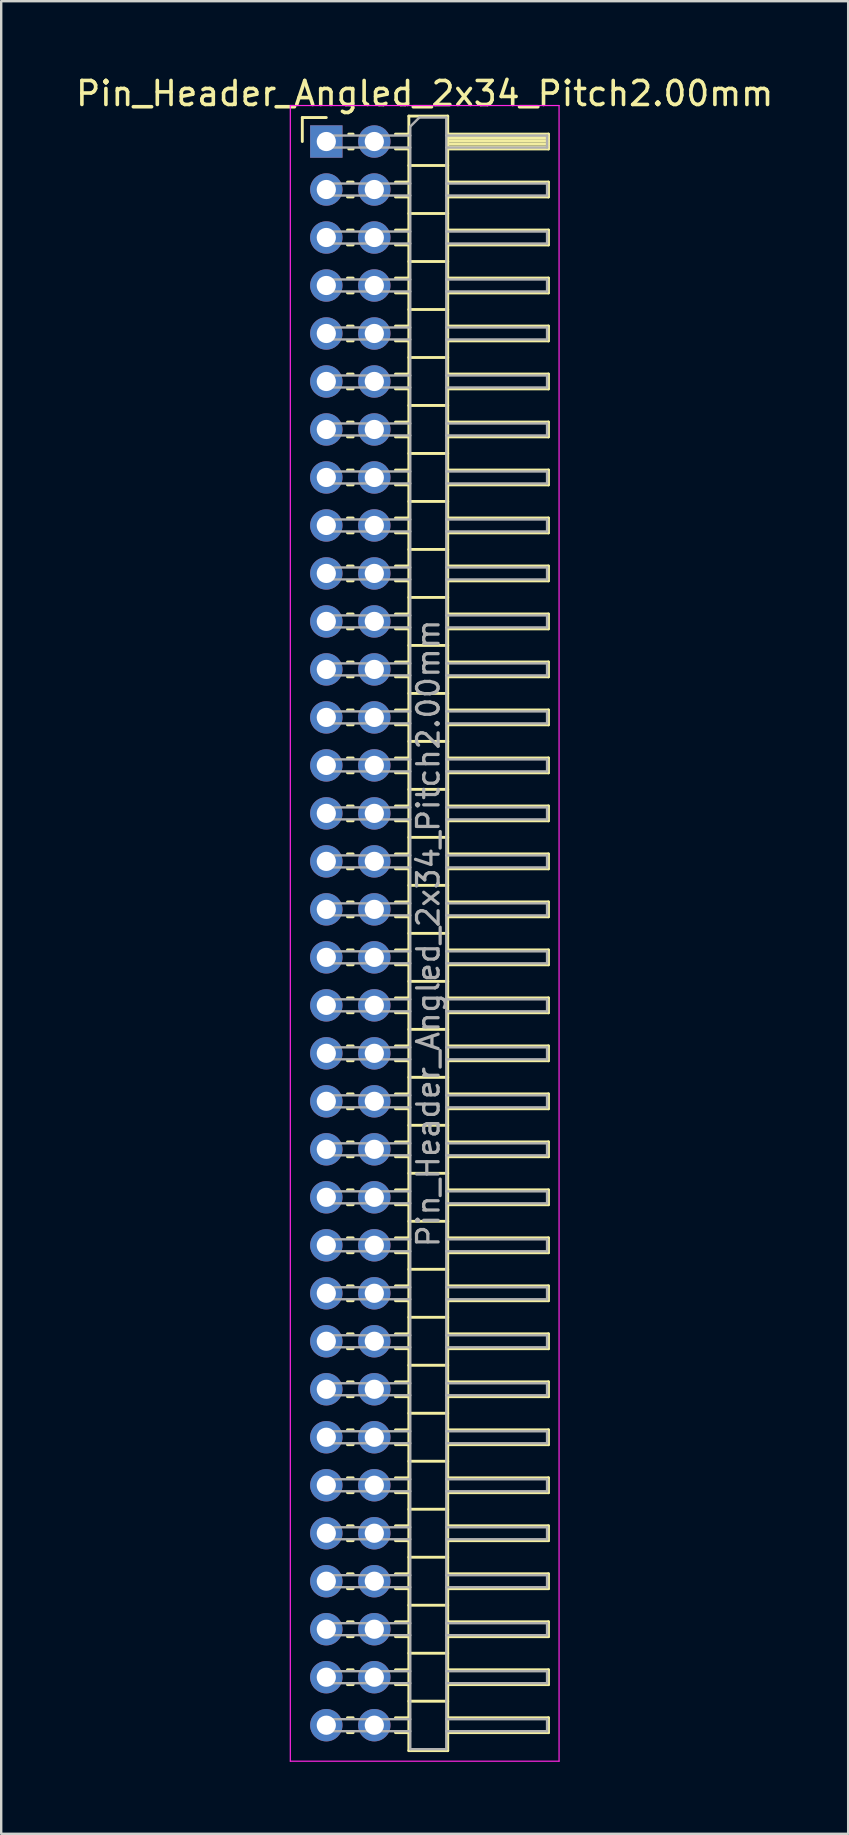
<source format=kicad_pcb>
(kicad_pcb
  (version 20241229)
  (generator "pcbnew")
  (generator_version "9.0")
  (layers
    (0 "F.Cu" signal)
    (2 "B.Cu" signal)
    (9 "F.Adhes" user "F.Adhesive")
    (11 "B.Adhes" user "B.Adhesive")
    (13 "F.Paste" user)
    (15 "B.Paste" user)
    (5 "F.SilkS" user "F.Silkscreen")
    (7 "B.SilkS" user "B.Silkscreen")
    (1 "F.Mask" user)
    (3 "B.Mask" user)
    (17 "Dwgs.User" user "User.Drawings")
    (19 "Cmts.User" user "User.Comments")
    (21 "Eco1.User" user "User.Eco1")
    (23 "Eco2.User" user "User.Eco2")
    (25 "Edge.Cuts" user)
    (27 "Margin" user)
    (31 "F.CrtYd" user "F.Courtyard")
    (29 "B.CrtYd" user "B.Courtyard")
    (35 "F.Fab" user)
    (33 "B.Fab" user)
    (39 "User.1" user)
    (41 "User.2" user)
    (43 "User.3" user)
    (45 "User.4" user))
  (footprint "Pin_Header_Angled_2x34_Pitch2.00mm"
    (layer "F.Cu")
    (at 10.549 2.848)
    (property "Reference" "Pin_Header_Angled_2x34_Pitch2.00mm" (at 4.1 -2 0) (layer "F.SilkS") (effects (font (size 1 1) (thickness 0.15))))
    (attr through_hole)
    (fp_line (start -1 -1) (end 0 -1) (stroke (width 0.12) (type solid)) (layer "F.SilkS"))
    (fp_line (start -1 0) (end -1 -1) (stroke (width 0.12) (type solid)) (layer "F.SilkS"))
    (fp_line (start 0.882 1.69) (end 1.118 1.69) (stroke (width 0.12) (type solid)) (layer "F.SilkS"))
    (fp_line (start 0.882 2.31) (end 1.118 2.31) (stroke (width 0.12) (type solid)) (layer "F.SilkS"))
    (fp_line (start 0.882 3.69) (end 1.118 3.69) (stroke (width 0.12) (type solid)) (layer "F.SilkS"))
    (fp_line (start 0.882 4.31) (end 1.118 4.31) (stroke (width 0.12) (type solid)) (layer "F.SilkS"))
    (fp_line (start 0.882 5.69) (end 1.118 5.69) (stroke (width 0.12) (type solid)) (layer "F.SilkS"))
    (fp_line (start 0.882 6.31) (end 1.118 6.31) (stroke (width 0.12) (type solid)) (layer "F.SilkS"))
    (fp_line (start 0.882 7.69) (end 1.118 7.69) (stroke (width 0.12) (type solid)) (layer "F.SilkS"))
    (fp_line (start 0.882 8.31) (end 1.118 8.31) (stroke (width 0.12) (type solid)) (layer "F.SilkS"))
    (fp_line (start 0.882 9.69) (end 1.118 9.69) (stroke (width 0.12) (type solid)) (layer "F.SilkS"))
    (fp_line (start 0.882 10.31) (end 1.118 10.31) (stroke (width 0.12) (type solid)) (layer "F.SilkS"))
    (fp_line (start 0.882 11.69) (end 1.118 11.69) (stroke (width 0.12) (type solid)) (layer "F.SilkS"))
    (fp_line (start 0.882 12.31) (end 1.118 12.31) (stroke (width 0.12) (type solid)) (layer "F.SilkS"))
    (fp_line (start 0.882 13.69) (end 1.118 13.69) (stroke (width 0.12) (type solid)) (layer "F.SilkS"))
    (fp_line (start 0.882 14.31) (end 1.118 14.31) (stroke (width 0.12) (type solid)) (layer "F.SilkS"))
    (fp_line (start 0.882 15.69) (end 1.118 15.69) (stroke (width 0.12) (type solid)) (layer "F.SilkS"))
    (fp_line (start 0.882 16.31) (end 1.118 16.31) (stroke (width 0.12) (type solid)) (layer "F.SilkS"))
    (fp_line (start 0.882 17.69) (end 1.118 17.69) (stroke (width 0.12) (type solid)) (layer "F.SilkS"))
    (fp_line (start 0.882 18.31) (end 1.118 18.31) (stroke (width 0.12) (type solid)) (layer "F.SilkS"))
    (fp_line (start 0.882 19.69) (end 1.118 19.69) (stroke (width 0.12) (type solid)) (layer "F.SilkS"))
    (fp_line (start 0.882 20.31) (end 1.118 20.31) (stroke (width 0.12) (type solid)) (layer "F.SilkS"))
    (fp_line (start 0.882 21.69) (end 1.118 21.69) (stroke (width 0.12) (type solid)) (layer "F.SilkS"))
    (fp_line (start 0.882 22.31) (end 1.118 22.31) (stroke (width 0.12) (type solid)) (layer "F.SilkS"))
    (fp_line (start 0.882 23.69) (end 1.118 23.69) (stroke (width 0.12) (type solid)) (layer "F.SilkS"))
    (fp_line (start 0.882 24.31) (end 1.118 24.31) (stroke (width 0.12) (type solid)) (layer "F.SilkS"))
    (fp_line (start 0.882 25.69) (end 1.118 25.69) (stroke (width 0.12) (type solid)) (layer "F.SilkS"))
    (fp_line (start 0.882 26.31) (end 1.118 26.31) (stroke (width 0.12) (type solid)) (layer "F.SilkS"))
    (fp_line (start 0.882 27.69) (end 1.118 27.69) (stroke (width 0.12) (type solid)) (layer "F.SilkS"))
    (fp_line (start 0.882 28.31) (end 1.118 28.31) (stroke (width 0.12) (type solid)) (layer "F.SilkS"))
    (fp_line (start 0.882 29.69) (end 1.118 29.69) (stroke (width 0.12) (type solid)) (layer "F.SilkS"))
    (fp_line (start 0.882 30.31) (end 1.118 30.31) (stroke (width 0.12) (type solid)) (layer "F.SilkS"))
    (fp_line (start 0.882 31.69) (end 1.118 31.69) (stroke (width 0.12) (type solid)) (layer "F.SilkS"))
    (fp_line (start 0.882 32.31) (end 1.118 32.31) (stroke (width 0.12) (type solid)) (layer "F.SilkS"))
    (fp_line (start 0.882 33.69) (end 1.118 33.69) (stroke (width 0.12) (type solid)) (layer "F.SilkS"))
    (fp_line (start 0.882 34.31) (end 1.118 34.31) (stroke (width 0.12) (type solid)) (layer "F.SilkS"))
    (fp_line (start 0.882 35.69) (end 1.118 35.69) (stroke (width 0.12) (type solid)) (layer "F.SilkS"))
    (fp_line (start 0.882 36.31) (end 1.118 36.31) (stroke (width 0.12) (type solid)) (layer "F.SilkS"))
    (fp_line (start 0.882 37.69) (end 1.118 37.69) (stroke (width 0.12) (type solid)) (layer "F.SilkS"))
    (fp_line (start 0.882 38.31) (end 1.118 38.31) (stroke (width 0.12) (type solid)) (layer "F.SilkS"))
    (fp_line (start 0.882 39.69) (end 1.118 39.69) (stroke (width 0.12) (type solid)) (layer "F.SilkS"))
    (fp_line (start 0.882 40.31) (end 1.118 40.31) (stroke (width 0.12) (type solid)) (layer "F.SilkS"))
    (fp_line (start 0.882 41.69) (end 1.118 41.69) (stroke (width 0.12) (type solid)) (layer "F.SilkS"))
    (fp_line (start 0.882 42.31) (end 1.118 42.31) (stroke (width 0.12) (type solid)) (layer "F.SilkS"))
    (fp_line (start 0.882 43.69) (end 1.118 43.69) (stroke (width 0.12) (type solid)) (layer "F.SilkS"))
    (fp_line (start 0.882 44.31) (end 1.118 44.31) (stroke (width 0.12) (type solid)) (layer "F.SilkS"))
    (fp_line (start 0.882 45.69) (end 1.118 45.69) (stroke (width 0.12) (type solid)) (layer "F.SilkS"))
    (fp_line (start 0.882 46.31) (end 1.118 46.31) (stroke (width 0.12) (type solid)) (layer "F.SilkS"))
    (fp_line (start 0.882 47.69) (end 1.118 47.69) (stroke (width 0.12) (type solid)) (layer "F.SilkS"))
    (fp_line (start 0.882 48.31) (end 1.118 48.31) (stroke (width 0.12) (type solid)) (layer "F.SilkS"))
    (fp_line (start 0.882 49.69) (end 1.118 49.69) (stroke (width 0.12) (type solid)) (layer "F.SilkS"))
    (fp_line (start 0.882 50.31) (end 1.118 50.31) (stroke (width 0.12) (type solid)) (layer "F.SilkS"))
    (fp_line (start 0.882 51.69) (end 1.118 51.69) (stroke (width 0.12) (type solid)) (layer "F.SilkS"))
    (fp_line (start 0.882 52.31) (end 1.118 52.31) (stroke (width 0.12) (type solid)) (layer "F.SilkS"))
    (fp_line (start 0.882 53.69) (end 1.118 53.69) (stroke (width 0.12) (type solid)) (layer "F.SilkS"))
    (fp_line (start 0.882 54.31) (end 1.118 54.31) (stroke (width 0.12) (type solid)) (layer "F.SilkS"))
    (fp_line (start 0.882 55.69) (end 1.118 55.69) (stroke (width 0.12) (type solid)) (layer "F.SilkS"))
    (fp_line (start 0.882 56.31) (end 1.118 56.31) (stroke (width 0.12) (type solid)) (layer "F.SilkS"))
    (fp_line (start 0.882 57.69) (end 1.118 57.69) (stroke (width 0.12) (type solid)) (layer "F.SilkS"))
    (fp_line (start 0.882 58.31) (end 1.118 58.31) (stroke (width 0.12) (type solid)) (layer "F.SilkS"))
    (fp_line (start 0.882 59.69) (end 1.118 59.69) (stroke (width 0.12) (type solid)) (layer "F.SilkS"))
    (fp_line (start 0.882 60.31) (end 1.118 60.31) (stroke (width 0.12) (type solid)) (layer "F.SilkS"))
    (fp_line (start 0.882 61.69) (end 1.118 61.69) (stroke (width 0.12) (type solid)) (layer "F.SilkS"))
    (fp_line (start 0.882 62.31) (end 1.118 62.31) (stroke (width 0.12) (type solid)) (layer "F.SilkS"))
    (fp_line (start 0.882 63.69) (end 1.118 63.69) (stroke (width 0.12) (type solid)) (layer "F.SilkS"))
    (fp_line (start 0.882 64.31) (end 1.118 64.31) (stroke (width 0.12) (type solid)) (layer "F.SilkS"))
    (fp_line (start 0.882 65.69) (end 1.118 65.69) (stroke (width 0.12) (type solid)) (layer "F.SilkS"))
    (fp_line (start 0.882 66.31) (end 1.118 66.31) (stroke (width 0.12) (type solid)) (layer "F.SilkS"))
    (fp_line (start 0.935 -0.31) (end 1.118 -0.31) (stroke (width 0.12) (type solid)) (layer "F.SilkS"))
    (fp_line (start 0.935 0.31) (end 1.118 0.31) (stroke (width 0.12) (type solid)) (layer "F.SilkS"))
    (fp_line (start 2.882 -0.31) (end 3.44 -0.31) (stroke (width 0.12) (type solid)) (layer "F.SilkS"))
    (fp_line (start 2.882 0.31) (end 3.44 0.31) (stroke (width 0.12) (type solid)) (layer "F.SilkS"))
    (fp_line (start 2.882 1.69) (end 3.44 1.69) (stroke (width 0.12) (type solid)) (layer "F.SilkS"))
    (fp_line (start 2.882 2.31) (end 3.44 2.31) (stroke (width 0.12) (type solid)) (layer "F.SilkS"))
    (fp_line (start 2.882 3.69) (end 3.44 3.69) (stroke (width 0.12) (type solid)) (layer "F.SilkS"))
    (fp_line (start 2.882 4.31) (end 3.44 4.31) (stroke (width 0.12) (type solid)) (layer "F.SilkS"))
    (fp_line (start 2.882 5.69) (end 3.44 5.69) (stroke (width 0.12) (type solid)) (layer "F.SilkS"))
    (fp_line (start 2.882 6.31) (end 3.44 6.31) (stroke (width 0.12) (type solid)) (layer "F.SilkS"))
    (fp_line (start 2.882 7.69) (end 3.44 7.69) (stroke (width 0.12) (type solid)) (layer "F.SilkS"))
    (fp_line (start 2.882 8.31) (end 3.44 8.31) (stroke (width 0.12) (type solid)) (layer "F.SilkS"))
    (fp_line (start 2.882 9.69) (end 3.44 9.69) (stroke (width 0.12) (type solid)) (layer "F.SilkS"))
    (fp_line (start 2.882 10.31) (end 3.44 10.31) (stroke (width 0.12) (type solid)) (layer "F.SilkS"))
    (fp_line (start 2.882 11.69) (end 3.44 11.69) (stroke (width 0.12) (type solid)) (layer "F.SilkS"))
    (fp_line (start 2.882 12.31) (end 3.44 12.31) (stroke (width 0.12) (type solid)) (layer "F.SilkS"))
    (fp_line (start 2.882 13.69) (end 3.44 13.69) (stroke (width 0.12) (type solid)) (layer "F.SilkS"))
    (fp_line (start 2.882 14.31) (end 3.44 14.31) (stroke (width 0.12) (type solid)) (layer "F.SilkS"))
    (fp_line (start 2.882 15.69) (end 3.44 15.69) (stroke (width 0.12) (type solid)) (layer "F.SilkS"))
    (fp_line (start 2.882 16.31) (end 3.44 16.31) (stroke (width 0.12) (type solid)) (layer "F.SilkS"))
    (fp_line (start 2.882 17.69) (end 3.44 17.69) (stroke (width 0.12) (type solid)) (layer "F.SilkS"))
    (fp_line (start 2.882 18.31) (end 3.44 18.31) (stroke (width 0.12) (type solid)) (layer "F.SilkS"))
    (fp_line (start 2.882 19.69) (end 3.44 19.69) (stroke (width 0.12) (type solid)) (layer "F.SilkS"))
    (fp_line (start 2.882 20.31) (end 3.44 20.31) (stroke (width 0.12) (type solid)) (layer "F.SilkS"))
    (fp_line (start 2.882 21.69) (end 3.44 21.69) (stroke (width 0.12) (type solid)) (layer "F.SilkS"))
    (fp_line (start 2.882 22.31) (end 3.44 22.31) (stroke (width 0.12) (type solid)) (layer "F.SilkS"))
    (fp_line (start 2.882 23.69) (end 3.44 23.69) (stroke (width 0.12) (type solid)) (layer "F.SilkS"))
    (fp_line (start 2.882 24.31) (end 3.44 24.31) (stroke (width 0.12) (type solid)) (layer "F.SilkS"))
    (fp_line (start 2.882 25.69) (end 3.44 25.69) (stroke (width 0.12) (type solid)) (layer "F.SilkS"))
    (fp_line (start 2.882 26.31) (end 3.44 26.31) (stroke (width 0.12) (type solid)) (layer "F.SilkS"))
    (fp_line (start 2.882 27.69) (end 3.44 27.69) (stroke (width 0.12) (type solid)) (layer "F.SilkS"))
    (fp_line (start 2.882 28.31) (end 3.44 28.31) (stroke (width 0.12) (type solid)) (layer "F.SilkS"))
    (fp_line (start 2.882 29.69) (end 3.44 29.69) (stroke (width 0.12) (type solid)) (layer "F.SilkS"))
    (fp_line (start 2.882 30.31) (end 3.44 30.31) (stroke (width 0.12) (type solid)) (layer "F.SilkS"))
    (fp_line (start 2.882 31.69) (end 3.44 31.69) (stroke (width 0.12) (type solid)) (layer "F.SilkS"))
    (fp_line (start 2.882 32.31) (end 3.44 32.31) (stroke (width 0.12) (type solid)) (layer "F.SilkS"))
    (fp_line (start 2.882 33.69) (end 3.44 33.69) (stroke (width 0.12) (type solid)) (layer "F.SilkS"))
    (fp_line (start 2.882 34.31) (end 3.44 34.31) (stroke (width 0.12) (type solid)) (layer "F.SilkS"))
    (fp_line (start 2.882 35.69) (end 3.44 35.69) (stroke (width 0.12) (type solid)) (layer "F.SilkS"))
    (fp_line (start 2.882 36.31) (end 3.44 36.31) (stroke (width 0.12) (type solid)) (layer "F.SilkS"))
    (fp_line (start 2.882 37.69) (end 3.44 37.69) (stroke (width 0.12) (type solid)) (layer "F.SilkS"))
    (fp_line (start 2.882 38.31) (end 3.44 38.31) (stroke (width 0.12) (type solid)) (layer "F.SilkS"))
    (fp_line (start 2.882 39.69) (end 3.44 39.69) (stroke (width 0.12) (type solid)) (layer "F.SilkS"))
    (fp_line (start 2.882 40.31) (end 3.44 40.31) (stroke (width 0.12) (type solid)) (layer "F.SilkS"))
    (fp_line (start 2.882 41.69) (end 3.44 41.69) (stroke (width 0.12) (type solid)) (layer "F.SilkS"))
    (fp_line (start 2.882 42.31) (end 3.44 42.31) (stroke (width 0.12) (type solid)) (layer "F.SilkS"))
    (fp_line (start 2.882 43.69) (end 3.44 43.69) (stroke (width 0.12) (type solid)) (layer "F.SilkS"))
    (fp_line (start 2.882 44.31) (end 3.44 44.31) (stroke (width 0.12) (type solid)) (layer "F.SilkS"))
    (fp_line (start 2.882 45.69) (end 3.44 45.69) (stroke (width 0.12) (type solid)) (layer "F.SilkS"))
    (fp_line (start 2.882 46.31) (end 3.44 46.31) (stroke (width 0.12) (type solid)) (layer "F.SilkS"))
    (fp_line (start 2.882 47.69) (end 3.44 47.69) (stroke (width 0.12) (type solid)) (layer "F.SilkS"))
    (fp_line (start 2.882 48.31) (end 3.44 48.31) (stroke (width 0.12) (type solid)) (layer "F.SilkS"))
    (fp_line (start 2.882 49.69) (end 3.44 49.69) (stroke (width 0.12) (type solid)) (layer "F.SilkS"))
    (fp_line (start 2.882 50.31) (end 3.44 50.31) (stroke (width 0.12) (type solid)) (layer "F.SilkS"))
    (fp_line (start 2.882 51.69) (end 3.44 51.69) (stroke (width 0.12) (type solid)) (layer "F.SilkS"))
    (fp_line (start 2.882 52.31) (end 3.44 52.31) (stroke (width 0.12) (type solid)) (layer "F.SilkS"))
    (fp_line (start 2.882 53.69) (end 3.44 53.69) (stroke (width 0.12) (type solid)) (layer "F.SilkS"))
    (fp_line (start 2.882 54.31) (end 3.44 54.31) (stroke (width 0.12) (type solid)) (layer "F.SilkS"))
    (fp_line (start 2.882 55.69) (end 3.44 55.69) (stroke (width 0.12) (type solid)) (layer "F.SilkS"))
    (fp_line (start 2.882 56.31) (end 3.44 56.31) (stroke (width 0.12) (type solid)) (layer "F.SilkS"))
    (fp_line (start 2.882 57.69) (end 3.44 57.69) (stroke (width 0.12) (type solid)) (layer "F.SilkS"))
    (fp_line (start 2.882 58.31) (end 3.44 58.31) (stroke (width 0.12) (type solid)) (layer "F.SilkS"))
    (fp_line (start 2.882 59.69) (end 3.44 59.69) (stroke (width 0.12) (type solid)) (layer "F.SilkS"))
    (fp_line (start 2.882 60.31) (end 3.44 60.31) (stroke (width 0.12) (type solid)) (layer "F.SilkS"))
    (fp_line (start 2.882 61.69) (end 3.44 61.69) (stroke (width 0.12) (type solid)) (layer "F.SilkS"))
    (fp_line (start 2.882 62.31) (end 3.44 62.31) (stroke (width 0.12) (type solid)) (layer "F.SilkS"))
    (fp_line (start 2.882 63.69) (end 3.44 63.69) (stroke (width 0.12) (type solid)) (layer "F.SilkS"))
    (fp_line (start 2.882 64.31) (end 3.44 64.31) (stroke (width 0.12) (type solid)) (layer "F.SilkS"))
    (fp_line (start 2.882 65.69) (end 3.44 65.69) (stroke (width 0.12) (type solid)) (layer "F.SilkS"))
    (fp_line (start 2.882 66.31) (end 3.44 66.31) (stroke (width 0.12) (type solid)) (layer "F.SilkS"))
    (fp_line (start 3.44 -1.06) (end 3.44 67.06) (stroke (width 0.12) (type solid)) (layer "F.SilkS"))
    (fp_line (start 3.44 1) (end 5.06 1) (stroke (width 0.12) (type solid)) (layer "F.SilkS"))
    (fp_line (start 3.44 3) (end 5.06 3) (stroke (width 0.12) (type solid)) (layer "F.SilkS"))
    (fp_line (start 3.44 5) (end 5.06 5) (stroke (width 0.12) (type solid)) (layer "F.SilkS"))
    (fp_line (start 3.44 7) (end 5.06 7) (stroke (width 0.12) (type solid)) (layer "F.SilkS"))
    (fp_line (start 3.44 9) (end 5.06 9) (stroke (width 0.12) (type solid)) (layer "F.SilkS"))
    (fp_line (start 3.44 11) (end 5.06 11) (stroke (width 0.12) (type solid)) (layer "F.SilkS"))
    (fp_line (start 3.44 13) (end 5.06 13) (stroke (width 0.12) (type solid)) (layer "F.SilkS"))
    (fp_line (start 3.44 15) (end 5.06 15) (stroke (width 0.12) (type solid)) (layer "F.SilkS"))
    (fp_line (start 3.44 17) (end 5.06 17) (stroke (width 0.12) (type solid)) (layer "F.SilkS"))
    (fp_line (start 3.44 19) (end 5.06 19) (stroke (width 0.12) (type solid)) (layer "F.SilkS"))
    (fp_line (start 3.44 21) (end 5.06 21) (stroke (width 0.12) (type solid)) (layer "F.SilkS"))
    (fp_line (start 3.44 23) (end 5.06 23) (stroke (width 0.12) (type solid)) (layer "F.SilkS"))
    (fp_line (start 3.44 25) (end 5.06 25) (stroke (width 0.12) (type solid)) (layer "F.SilkS"))
    (fp_line (start 3.44 27) (end 5.06 27) (stroke (width 0.12) (type solid)) (layer "F.SilkS"))
    (fp_line (start 3.44 29) (end 5.06 29) (stroke (width 0.12) (type solid)) (layer "F.SilkS"))
    (fp_line (start 3.44 31) (end 5.06 31) (stroke (width 0.12) (type solid)) (layer "F.SilkS"))
    (fp_line (start 3.44 33) (end 5.06 33) (stroke (width 0.12) (type solid)) (layer "F.SilkS"))
    (fp_line (start 3.44 35) (end 5.06 35) (stroke (width 0.12) (type solid)) (layer "F.SilkS"))
    (fp_line (start 3.44 37) (end 5.06 37) (stroke (width 0.12) (type solid)) (layer "F.SilkS"))
    (fp_line (start 3.44 39) (end 5.06 39) (stroke (width 0.12) (type solid)) (layer "F.SilkS"))
    (fp_line (start 3.44 41) (end 5.06 41) (stroke (width 0.12) (type solid)) (layer "F.SilkS"))
    (fp_line (start 3.44 43) (end 5.06 43) (stroke (width 0.12) (type solid)) (layer "F.SilkS"))
    (fp_line (start 3.44 45) (end 5.06 45) (stroke (width 0.12) (type solid)) (layer "F.SilkS"))
    (fp_line (start 3.44 47) (end 5.06 47) (stroke (width 0.12) (type solid)) (layer "F.SilkS"))
    (fp_line (start 3.44 49) (end 5.06 49) (stroke (width 0.12) (type solid)) (layer "F.SilkS"))
    (fp_line (start 3.44 51) (end 5.06 51) (stroke (width 0.12) (type solid)) (layer "F.SilkS"))
    (fp_line (start 3.44 53) (end 5.06 53) (stroke (width 0.12) (type solid)) (layer "F.SilkS"))
    (fp_line (start 3.44 55) (end 5.06 55) (stroke (width 0.12) (type solid)) (layer "F.SilkS"))
    (fp_line (start 3.44 57) (end 5.06 57) (stroke (width 0.12) (type solid)) (layer "F.SilkS"))
    (fp_line (start 3.44 59) (end 5.06 59) (stroke (width 0.12) (type solid)) (layer "F.SilkS"))
    (fp_line (start 3.44 61) (end 5.06 61) (stroke (width 0.12) (type solid)) (layer "F.SilkS"))
    (fp_line (start 3.44 63) (end 5.06 63) (stroke (width 0.12) (type solid)) (layer "F.SilkS"))
    (fp_line (start 3.44 65) (end 5.06 65) (stroke (width 0.12) (type solid)) (layer "F.SilkS"))
    (fp_line (start 3.44 67.06) (end 5.06 67.06) (stroke (width 0.12) (type solid)) (layer "F.SilkS"))
    (fp_line (start 5.06 -1.06) (end 3.44 -1.06) (stroke (width 0.12) (type solid)) (layer "F.SilkS"))
    (fp_line (start 5.06 -0.31) (end 9.26 -0.31) (stroke (width 0.12) (type solid)) (layer "F.SilkS"))
    (fp_line (start 5.06 -0.25) (end 9.26 -0.25) (stroke (width 0.12) (type solid)) (layer "F.SilkS"))
    (fp_line (start 5.06 -0.13) (end 9.26 -0.13) (stroke (width 0.12) (type solid)) (layer "F.SilkS"))
    (fp_line (start 5.06 -0.01) (end 9.26 -0.01) (stroke (width 0.12) (type solid)) (layer "F.SilkS"))
    (fp_line (start 5.06 0.11) (end 9.26 0.11) (stroke (width 0.12) (type solid)) (layer "F.SilkS"))
    (fp_line (start 5.06 0.23) (end 9.26 0.23) (stroke (width 0.12) (type solid)) (layer "F.SilkS"))
    (fp_line (start 5.06 1.69) (end 9.26 1.69) (stroke (width 0.12) (type solid)) (layer "F.SilkS"))
    (fp_line (start 5.06 3.69) (end 9.26 3.69) (stroke (width 0.12) (type solid)) (layer "F.SilkS"))
    (fp_line (start 5.06 5.69) (end 9.26 5.69) (stroke (width 0.12) (type solid)) (layer "F.SilkS"))
    (fp_line (start 5.06 7.69) (end 9.26 7.69) (stroke (width 0.12) (type solid)) (layer "F.SilkS"))
    (fp_line (start 5.06 9.69) (end 9.26 9.69) (stroke (width 0.12) (type solid)) (layer "F.SilkS"))
    (fp_line (start 5.06 11.69) (end 9.26 11.69) (stroke (width 0.12) (type solid)) (layer "F.SilkS"))
    (fp_line (start 5.06 13.69) (end 9.26 13.69) (stroke (width 0.12) (type solid)) (layer "F.SilkS"))
    (fp_line (start 5.06 15.69) (end 9.26 15.69) (stroke (width 0.12) (type solid)) (layer "F.SilkS"))
    (fp_line (start 5.06 17.69) (end 9.26 17.69) (stroke (width 0.12) (type solid)) (layer "F.SilkS"))
    (fp_line (start 5.06 19.69) (end 9.26 19.69) (stroke (width 0.12) (type solid)) (layer "F.SilkS"))
    (fp_line (start 5.06 21.69) (end 9.26 21.69) (stroke (width 0.12) (type solid)) (layer "F.SilkS"))
    (fp_line (start 5.06 23.69) (end 9.26 23.69) (stroke (width 0.12) (type solid)) (layer "F.SilkS"))
    (fp_line (start 5.06 25.69) (end 9.26 25.69) (stroke (width 0.12) (type solid)) (layer "F.SilkS"))
    (fp_line (start 5.06 27.69) (end 9.26 27.69) (stroke (width 0.12) (type solid)) (layer "F.SilkS"))
    (fp_line (start 5.06 29.69) (end 9.26 29.69) (stroke (width 0.12) (type solid)) (layer "F.SilkS"))
    (fp_line (start 5.06 31.69) (end 9.26 31.69) (stroke (width 0.12) (type solid)) (layer "F.SilkS"))
    (fp_line (start 5.06 33.69) (end 9.26 33.69) (stroke (width 0.12) (type solid)) (layer "F.SilkS"))
    (fp_line (start 5.06 35.69) (end 9.26 35.69) (stroke (width 0.12) (type solid)) (layer "F.SilkS"))
    (fp_line (start 5.06 37.69) (end 9.26 37.69) (stroke (width 0.12) (type solid)) (layer "F.SilkS"))
    (fp_line (start 5.06 39.69) (end 9.26 39.69) (stroke (width 0.12) (type solid)) (layer "F.SilkS"))
    (fp_line (start 5.06 41.69) (end 9.26 41.69) (stroke (width 0.12) (type solid)) (layer "F.SilkS"))
    (fp_line (start 5.06 43.69) (end 9.26 43.69) (stroke (width 0.12) (type solid)) (layer "F.SilkS"))
    (fp_line (start 5.06 45.69) (end 9.26 45.69) (stroke (width 0.12) (type solid)) (layer "F.SilkS"))
    (fp_line (start 5.06 47.69) (end 9.26 47.69) (stroke (width 0.12) (type solid)) (layer "F.SilkS"))
    (fp_line (start 5.06 49.69) (end 9.26 49.69) (stroke (width 0.12) (type solid)) (layer "F.SilkS"))
    (fp_line (start 5.06 51.69) (end 9.26 51.69) (stroke (width 0.12) (type solid)) (layer "F.SilkS"))
    (fp_line (start 5.06 53.69) (end 9.26 53.69) (stroke (width 0.12) (type solid)) (layer "F.SilkS"))
    (fp_line (start 5.06 55.69) (end 9.26 55.69) (stroke (width 0.12) (type solid)) (layer "F.SilkS"))
    (fp_line (start 5.06 57.69) (end 9.26 57.69) (stroke (width 0.12) (type solid)) (layer "F.SilkS"))
    (fp_line (start 5.06 59.69) (end 9.26 59.69) (stroke (width 0.12) (type solid)) (layer "F.SilkS"))
    (fp_line (start 5.06 61.69) (end 9.26 61.69) (stroke (width 0.12) (type solid)) (layer "F.SilkS"))
    (fp_line (start 5.06 63.69) (end 9.26 63.69) (stroke (width 0.12) (type solid)) (layer "F.SilkS"))
    (fp_line (start 5.06 65.69) (end 9.26 65.69) (stroke (width 0.12) (type solid)) (layer "F.SilkS"))
    (fp_line (start 5.06 67.06) (end 5.06 -1.06) (stroke (width 0.12) (type solid)) (layer "F.SilkS"))
    (fp_line (start 9.26 -0.31) (end 9.26 0.31) (stroke (width 0.12) (type solid)) (layer "F.SilkS"))
    (fp_line (start 9.26 0.31) (end 5.06 0.31) (stroke (width 0.12) (type solid)) (layer "F.SilkS"))
    (fp_line (start 9.26 1.69) (end 9.26 2.31) (stroke (width 0.12) (type solid)) (layer "F.SilkS"))
    (fp_line (start 9.26 2.31) (end 5.06 2.31) (stroke (width 0.12) (type solid)) (layer "F.SilkS"))
    (fp_line (start 9.26 3.69) (end 9.26 4.31) (stroke (width 0.12) (type solid)) (layer "F.SilkS"))
    (fp_line (start 9.26 4.31) (end 5.06 4.31) (stroke (width 0.12) (type solid)) (layer "F.SilkS"))
    (fp_line (start 9.26 5.69) (end 9.26 6.31) (stroke (width 0.12) (type solid)) (layer "F.SilkS"))
    (fp_line (start 9.26 6.31) (end 5.06 6.31) (stroke (width 0.12) (type solid)) (layer "F.SilkS"))
    (fp_line (start 9.26 7.69) (end 9.26 8.31) (stroke (width 0.12) (type solid)) (layer "F.SilkS"))
    (fp_line (start 9.26 8.31) (end 5.06 8.31) (stroke (width 0.12) (type solid)) (layer "F.SilkS"))
    (fp_line (start 9.26 9.69) (end 9.26 10.31) (stroke (width 0.12) (type solid)) (layer "F.SilkS"))
    (fp_line (start 9.26 10.31) (end 5.06 10.31) (stroke (width 0.12) (type solid)) (layer "F.SilkS"))
    (fp_line (start 9.26 11.69) (end 9.26 12.31) (stroke (width 0.12) (type solid)) (layer "F.SilkS"))
    (fp_line (start 9.26 12.31) (end 5.06 12.31) (stroke (width 0.12) (type solid)) (layer "F.SilkS"))
    (fp_line (start 9.26 13.69) (end 9.26 14.31) (stroke (width 0.12) (type solid)) (layer "F.SilkS"))
    (fp_line (start 9.26 14.31) (end 5.06 14.31) (stroke (width 0.12) (type solid)) (layer "F.SilkS"))
    (fp_line (start 9.26 15.69) (end 9.26 16.31) (stroke (width 0.12) (type solid)) (layer "F.SilkS"))
    (fp_line (start 9.26 16.31) (end 5.06 16.31) (stroke (width 0.12) (type solid)) (layer "F.SilkS"))
    (fp_line (start 9.26 17.69) (end 9.26 18.31) (stroke (width 0.12) (type solid)) (layer "F.SilkS"))
    (fp_line (start 9.26 18.31) (end 5.06 18.31) (stroke (width 0.12) (type solid)) (layer "F.SilkS"))
    (fp_line (start 9.26 19.69) (end 9.26 20.31) (stroke (width 0.12) (type solid)) (layer "F.SilkS"))
    (fp_line (start 9.26 20.31) (end 5.06 20.31) (stroke (width 0.12) (type solid)) (layer "F.SilkS"))
    (fp_line (start 9.26 21.69) (end 9.26 22.31) (stroke (width 0.12) (type solid)) (layer "F.SilkS"))
    (fp_line (start 9.26 22.31) (end 5.06 22.31) (stroke (width 0.12) (type solid)) (layer "F.SilkS"))
    (fp_line (start 9.26 23.69) (end 9.26 24.31) (stroke (width 0.12) (type solid)) (layer "F.SilkS"))
    (fp_line (start 9.26 24.31) (end 5.06 24.31) (stroke (width 0.12) (type solid)) (layer "F.SilkS"))
    (fp_line (start 9.26 25.69) (end 9.26 26.31) (stroke (width 0.12) (type solid)) (layer "F.SilkS"))
    (fp_line (start 9.26 26.31) (end 5.06 26.31) (stroke (width 0.12) (type solid)) (layer "F.SilkS"))
    (fp_line (start 9.26 27.69) (end 9.26 28.31) (stroke (width 0.12) (type solid)) (layer "F.SilkS"))
    (fp_line (start 9.26 28.31) (end 5.06 28.31) (stroke (width 0.12) (type solid)) (layer "F.SilkS"))
    (fp_line (start 9.26 29.69) (end 9.26 30.31) (stroke (width 0.12) (type solid)) (layer "F.SilkS"))
    (fp_line (start 9.26 30.31) (end 5.06 30.31) (stroke (width 0.12) (type solid)) (layer "F.SilkS"))
    (fp_line (start 9.26 31.69) (end 9.26 32.31) (stroke (width 0.12) (type solid)) (layer "F.SilkS"))
    (fp_line (start 9.26 32.31) (end 5.06 32.31) (stroke (width 0.12) (type solid)) (layer "F.SilkS"))
    (fp_line (start 9.26 33.69) (end 9.26 34.31) (stroke (width 0.12) (type solid)) (layer "F.SilkS"))
    (fp_line (start 9.26 34.31) (end 5.06 34.31) (stroke (width 0.12) (type solid)) (layer "F.SilkS"))
    (fp_line (start 9.26 35.69) (end 9.26 36.31) (stroke (width 0.12) (type solid)) (layer "F.SilkS"))
    (fp_line (start 9.26 36.31) (end 5.06 36.31) (stroke (width 0.12) (type solid)) (layer "F.SilkS"))
    (fp_line (start 9.26 37.69) (end 9.26 38.31) (stroke (width 0.12) (type solid)) (layer "F.SilkS"))
    (fp_line (start 9.26 38.31) (end 5.06 38.31) (stroke (width 0.12) (type solid)) (layer "F.SilkS"))
    (fp_line (start 9.26 39.69) (end 9.26 40.31) (stroke (width 0.12) (type solid)) (layer "F.SilkS"))
    (fp_line (start 9.26 40.31) (end 5.06 40.31) (stroke (width 0.12) (type solid)) (layer "F.SilkS"))
    (fp_line (start 9.26 41.69) (end 9.26 42.31) (stroke (width 0.12) (type solid)) (layer "F.SilkS"))
    (fp_line (start 9.26 42.31) (end 5.06 42.31) (stroke (width 0.12) (type solid)) (layer "F.SilkS"))
    (fp_line (start 9.26 43.69) (end 9.26 44.31) (stroke (width 0.12) (type solid)) (layer "F.SilkS"))
    (fp_line (start 9.26 44.31) (end 5.06 44.31) (stroke (width 0.12) (type solid)) (layer "F.SilkS"))
    (fp_line (start 9.26 45.69) (end 9.26 46.31) (stroke (width 0.12) (type solid)) (layer "F.SilkS"))
    (fp_line (start 9.26 46.31) (end 5.06 46.31) (stroke (width 0.12) (type solid)) (layer "F.SilkS"))
    (fp_line (start 9.26 47.69) (end 9.26 48.31) (stroke (width 0.12) (type solid)) (layer "F.SilkS"))
    (fp_line (start 9.26 48.31) (end 5.06 48.31) (stroke (width 0.12) (type solid)) (layer "F.SilkS"))
    (fp_line (start 9.26 49.69) (end 9.26 50.31) (stroke (width 0.12) (type solid)) (layer "F.SilkS"))
    (fp_line (start 9.26 50.31) (end 5.06 50.31) (stroke (width 0.12) (type solid)) (layer "F.SilkS"))
    (fp_line (start 9.26 51.69) (end 9.26 52.31) (stroke (width 0.12) (type solid)) (layer "F.SilkS"))
    (fp_line (start 9.26 52.31) (end 5.06 52.31) (stroke (width 0.12) (type solid)) (layer "F.SilkS"))
    (fp_line (start 9.26 53.69) (end 9.26 54.31) (stroke (width 0.12) (type solid)) (layer "F.SilkS"))
    (fp_line (start 9.26 54.31) (end 5.06 54.31) (stroke (width 0.12) (type solid)) (layer "F.SilkS"))
    (fp_line (start 9.26 55.69) (end 9.26 56.31) (stroke (width 0.12) (type solid)) (layer "F.SilkS"))
    (fp_line (start 9.26 56.31) (end 5.06 56.31) (stroke (width 0.12) (type solid)) (layer "F.SilkS"))
    (fp_line (start 9.26 57.69) (end 9.26 58.31) (stroke (width 0.12) (type solid)) (layer "F.SilkS"))
    (fp_line (start 9.26 58.31) (end 5.06 58.31) (stroke (width 0.12) (type solid)) (layer "F.SilkS"))
    (fp_line (start 9.26 59.69) (end 9.26 60.31) (stroke (width 0.12) (type solid)) (layer "F.SilkS"))
    (fp_line (start 9.26 60.31) (end 5.06 60.31) (stroke (width 0.12) (type solid)) (layer "F.SilkS"))
    (fp_line (start 9.26 61.69) (end 9.26 62.31) (stroke (width 0.12) (type solid)) (layer "F.SilkS"))
    (fp_line (start 9.26 62.31) (end 5.06 62.31) (stroke (width 0.12) (type solid)) (layer "F.SilkS"))
    (fp_line (start 9.26 63.69) (end 9.26 64.31) (stroke (width 0.12) (type solid)) (layer "F.SilkS"))
    (fp_line (start 9.26 64.31) (end 5.06 64.31) (stroke (width 0.12) (type solid)) (layer "F.SilkS"))
    (fp_line (start 9.26 65.69) (end 9.26 66.31) (stroke (width 0.12) (type solid)) (layer "F.SilkS"))
    (fp_line (start 9.26 66.31) (end 5.06 66.31) (stroke (width 0.12) (type solid)) (layer "F.SilkS"))
    (fp_line (start -1.5 -1.5) (end -1.5 67.5) (stroke (width 0.05) (type solid)) (layer "F.CrtYd"))
    (fp_line (start -1.5 67.5) (end 9.7 67.5) (stroke (width 0.05) (type solid)) (layer "F.CrtYd"))
    (fp_line (start 9.7 -1.5) (end -1.5 -1.5) (stroke (width 0.05) (type solid)) (layer "F.CrtYd"))
    (fp_line (start 9.7 67.5) (end 9.7 -1.5) (stroke (width 0.05) (type solid)) (layer "F.CrtYd"))
    (fp_line (start -0.25 -0.25) (end -0.25 0.25) (stroke (width 0.1) (type solid)) (layer "F.Fab"))
    (fp_line (start -0.25 -0.25) (end 3.5 -0.25) (stroke (width 0.1) (type solid)) (layer "F.Fab"))
    (fp_line (start -0.25 0.25) (end 3.5 0.25) (stroke (width 0.1) (type solid)) (layer "F.Fab"))
    (fp_line (start -0.25 1.75) (end -0.25 2.25) (stroke (width 0.1) (type solid)) (layer "F.Fab"))
    (fp_line (start -0.25 1.75) (end 3.5 1.75) (stroke (width 0.1) (type solid)) (layer "F.Fab"))
    (fp_line (start -0.25 2.25) (end 3.5 2.25) (stroke (width 0.1) (type solid)) (layer "F.Fab"))
    (fp_line (start -0.25 3.75) (end -0.25 4.25) (stroke (width 0.1) (type solid)) (layer "F.Fab"))
    (fp_line (start -0.25 3.75) (end 3.5 3.75) (stroke (width 0.1) (type solid)) (layer "F.Fab"))
    (fp_line (start -0.25 4.25) (end 3.5 4.25) (stroke (width 0.1) (type solid)) (layer "F.Fab"))
    (fp_line (start -0.25 5.75) (end -0.25 6.25) (stroke (width 0.1) (type solid)) (layer "F.Fab"))
    (fp_line (start -0.25 5.75) (end 3.5 5.75) (stroke (width 0.1) (type solid)) (layer "F.Fab"))
    (fp_line (start -0.25 6.25) (end 3.5 6.25) (stroke (width 0.1) (type solid)) (layer "F.Fab"))
    (fp_line (start -0.25 7.75) (end -0.25 8.25) (stroke (width 0.1) (type solid)) (layer "F.Fab"))
    (fp_line (start -0.25 7.75) (end 3.5 7.75) (stroke (width 0.1) (type solid)) (layer "F.Fab"))
    (fp_line (start -0.25 8.25) (end 3.5 8.25) (stroke (width 0.1) (type solid)) (layer "F.Fab"))
    (fp_line (start -0.25 9.75) (end -0.25 10.25) (stroke (width 0.1) (type solid)) (layer "F.Fab"))
    (fp_line (start -0.25 9.75) (end 3.5 9.75) (stroke (width 0.1) (type solid)) (layer "F.Fab"))
    (fp_line (start -0.25 10.25) (end 3.5 10.25) (stroke (width 0.1) (type solid)) (layer "F.Fab"))
    (fp_line (start -0.25 11.75) (end -0.25 12.25) (stroke (width 0.1) (type solid)) (layer "F.Fab"))
    (fp_line (start -0.25 11.75) (end 3.5 11.75) (stroke (width 0.1) (type solid)) (layer "F.Fab"))
    (fp_line (start -0.25 12.25) (end 3.5 12.25) (stroke (width 0.1) (type solid)) (layer "F.Fab"))
    (fp_line (start -0.25 13.75) (end -0.25 14.25) (stroke (width 0.1) (type solid)) (layer "F.Fab"))
    (fp_line (start -0.25 13.75) (end 3.5 13.75) (stroke (width 0.1) (type solid)) (layer "F.Fab"))
    (fp_line (start -0.25 14.25) (end 3.5 14.25) (stroke (width 0.1) (type solid)) (layer "F.Fab"))
    (fp_line (start -0.25 15.75) (end -0.25 16.25) (stroke (width 0.1) (type solid)) (layer "F.Fab"))
    (fp_line (start -0.25 15.75) (end 3.5 15.75) (stroke (width 0.1) (type solid)) (layer "F.Fab"))
    (fp_line (start -0.25 16.25) (end 3.5 16.25) (stroke (width 0.1) (type solid)) (layer "F.Fab"))
    (fp_line (start -0.25 17.75) (end -0.25 18.25) (stroke (width 0.1) (type solid)) (layer "F.Fab"))
    (fp_line (start -0.25 17.75) (end 3.5 17.75) (stroke (width 0.1) (type solid)) (layer "F.Fab"))
    (fp_line (start -0.25 18.25) (end 3.5 18.25) (stroke (width 0.1) (type solid)) (layer "F.Fab"))
    (fp_line (start -0.25 19.75) (end -0.25 20.25) (stroke (width 0.1) (type solid)) (layer "F.Fab"))
    (fp_line (start -0.25 19.75) (end 3.5 19.75) (stroke (width 0.1) (type solid)) (layer "F.Fab"))
    (fp_line (start -0.25 20.25) (end 3.5 20.25) (stroke (width 0.1) (type solid)) (layer "F.Fab"))
    (fp_line (start -0.25 21.75) (end -0.25 22.25) (stroke (width 0.1) (type solid)) (layer "F.Fab"))
    (fp_line (start -0.25 21.75) (end 3.5 21.75) (stroke (width 0.1) (type solid)) (layer "F.Fab"))
    (fp_line (start -0.25 22.25) (end 3.5 22.25) (stroke (width 0.1) (type solid)) (layer "F.Fab"))
    (fp_line (start -0.25 23.75) (end -0.25 24.25) (stroke (width 0.1) (type solid)) (layer "F.Fab"))
    (fp_line (start -0.25 23.75) (end 3.5 23.75) (stroke (width 0.1) (type solid)) (layer "F.Fab"))
    (fp_line (start -0.25 24.25) (end 3.5 24.25) (stroke (width 0.1) (type solid)) (layer "F.Fab"))
    (fp_line (start -0.25 25.75) (end -0.25 26.25) (stroke (width 0.1) (type solid)) (layer "F.Fab"))
    (fp_line (start -0.25 25.75) (end 3.5 25.75) (stroke (width 0.1) (type solid)) (layer "F.Fab"))
    (fp_line (start -0.25 26.25) (end 3.5 26.25) (stroke (width 0.1) (type solid)) (layer "F.Fab"))
    (fp_line (start -0.25 27.75) (end -0.25 28.25) (stroke (width 0.1) (type solid)) (layer "F.Fab"))
    (fp_line (start -0.25 27.75) (end 3.5 27.75) (stroke (width 0.1) (type solid)) (layer "F.Fab"))
    (fp_line (start -0.25 28.25) (end 3.5 28.25) (stroke (width 0.1) (type solid)) (layer "F.Fab"))
    (fp_line (start -0.25 29.75) (end -0.25 30.25) (stroke (width 0.1) (type solid)) (layer "F.Fab"))
    (fp_line (start -0.25 29.75) (end 3.5 29.75) (stroke (width 0.1) (type solid)) (layer "F.Fab"))
    (fp_line (start -0.25 30.25) (end 3.5 30.25) (stroke (width 0.1) (type solid)) (layer "F.Fab"))
    (fp_line (start -0.25 31.75) (end -0.25 32.25) (stroke (width 0.1) (type solid)) (layer "F.Fab"))
    (fp_line (start -0.25 31.75) (end 3.5 31.75) (stroke (width 0.1) (type solid)) (layer "F.Fab"))
    (fp_line (start -0.25 32.25) (end 3.5 32.25) (stroke (width 0.1) (type solid)) (layer "F.Fab"))
    (fp_line (start -0.25 33.75) (end -0.25 34.25) (stroke (width 0.1) (type solid)) (layer "F.Fab"))
    (fp_line (start -0.25 33.75) (end 3.5 33.75) (stroke (width 0.1) (type solid)) (layer "F.Fab"))
    (fp_line (start -0.25 34.25) (end 3.5 34.25) (stroke (width 0.1) (type solid)) (layer "F.Fab"))
    (fp_line (start -0.25 35.75) (end -0.25 36.25) (stroke (width 0.1) (type solid)) (layer "F.Fab"))
    (fp_line (start -0.25 35.75) (end 3.5 35.75) (stroke (width 0.1) (type solid)) (layer "F.Fab"))
    (fp_line (start -0.25 36.25) (end 3.5 36.25) (stroke (width 0.1) (type solid)) (layer "F.Fab"))
    (fp_line (start -0.25 37.75) (end -0.25 38.25) (stroke (width 0.1) (type solid)) (layer "F.Fab"))
    (fp_line (start -0.25 37.75) (end 3.5 37.75) (stroke (width 0.1) (type solid)) (layer "F.Fab"))
    (fp_line (start -0.25 38.25) (end 3.5 38.25) (stroke (width 0.1) (type solid)) (layer "F.Fab"))
    (fp_line (start -0.25 39.75) (end -0.25 40.25) (stroke (width 0.1) (type solid)) (layer "F.Fab"))
    (fp_line (start -0.25 39.75) (end 3.5 39.75) (stroke (width 0.1) (type solid)) (layer "F.Fab"))
    (fp_line (start -0.25 40.25) (end 3.5 40.25) (stroke (width 0.1) (type solid)) (layer "F.Fab"))
    (fp_line (start -0.25 41.75) (end -0.25 42.25) (stroke (width 0.1) (type solid)) (layer "F.Fab"))
    (fp_line (start -0.25 41.75) (end 3.5 41.75) (stroke (width 0.1) (type solid)) (layer "F.Fab"))
    (fp_line (start -0.25 42.25) (end 3.5 42.25) (stroke (width 0.1) (type solid)) (layer "F.Fab"))
    (fp_line (start -0.25 43.75) (end -0.25 44.25) (stroke (width 0.1) (type solid)) (layer "F.Fab"))
    (fp_line (start -0.25 43.75) (end 3.5 43.75) (stroke (width 0.1) (type solid)) (layer "F.Fab"))
    (fp_line (start -0.25 44.25) (end 3.5 44.25) (stroke (width 0.1) (type solid)) (layer "F.Fab"))
    (fp_line (start -0.25 45.75) (end -0.25 46.25) (stroke (width 0.1) (type solid)) (layer "F.Fab"))
    (fp_line (start -0.25 45.75) (end 3.5 45.75) (stroke (width 0.1) (type solid)) (layer "F.Fab"))
    (fp_line (start -0.25 46.25) (end 3.5 46.25) (stroke (width 0.1) (type solid)) (layer "F.Fab"))
    (fp_line (start -0.25 47.75) (end -0.25 48.25) (stroke (width 0.1) (type solid)) (layer "F.Fab"))
    (fp_line (start -0.25 47.75) (end 3.5 47.75) (stroke (width 0.1) (type solid)) (layer "F.Fab"))
    (fp_line (start -0.25 48.25) (end 3.5 48.25) (stroke (width 0.1) (type solid)) (layer "F.Fab"))
    (fp_line (start -0.25 49.75) (end -0.25 50.25) (stroke (width 0.1) (type solid)) (layer "F.Fab"))
    (fp_line (start -0.25 49.75) (end 3.5 49.75) (stroke (width 0.1) (type solid)) (layer "F.Fab"))
    (fp_line (start -0.25 50.25) (end 3.5 50.25) (stroke (width 0.1) (type solid)) (layer "F.Fab"))
    (fp_line (start -0.25 51.75) (end -0.25 52.25) (stroke (width 0.1) (type solid)) (layer "F.Fab"))
    (fp_line (start -0.25 51.75) (end 3.5 51.75) (stroke (width 0.1) (type solid)) (layer "F.Fab"))
    (fp_line (start -0.25 52.25) (end 3.5 52.25) (stroke (width 0.1) (type solid)) (layer "F.Fab"))
    (fp_line (start -0.25 53.75) (end -0.25 54.25) (stroke (width 0.1) (type solid)) (layer "F.Fab"))
    (fp_line (start -0.25 53.75) (end 3.5 53.75) (stroke (width 0.1) (type solid)) (layer "F.Fab"))
    (fp_line (start -0.25 54.25) (end 3.5 54.25) (stroke (width 0.1) (type solid)) (layer "F.Fab"))
    (fp_line (start -0.25 55.75) (end -0.25 56.25) (stroke (width 0.1) (type solid)) (layer "F.Fab"))
    (fp_line (start -0.25 55.75) (end 3.5 55.75) (stroke (width 0.1) (type solid)) (layer "F.Fab"))
    (fp_line (start -0.25 56.25) (end 3.5 56.25) (stroke (width 0.1) (type solid)) (layer "F.Fab"))
    (fp_line (start -0.25 57.75) (end -0.25 58.25) (stroke (width 0.1) (type solid)) (layer "F.Fab"))
    (fp_line (start -0.25 57.75) (end 3.5 57.75) (stroke (width 0.1) (type solid)) (layer "F.Fab"))
    (fp_line (start -0.25 58.25) (end 3.5 58.25) (stroke (width 0.1) (type solid)) (layer "F.Fab"))
    (fp_line (start -0.25 59.75) (end -0.25 60.25) (stroke (width 0.1) (type solid)) (layer "F.Fab"))
    (fp_line (start -0.25 59.75) (end 3.5 59.75) (stroke (width 0.1) (type solid)) (layer "F.Fab"))
    (fp_line (start -0.25 60.25) (end 3.5 60.25) (stroke (width 0.1) (type solid)) (layer "F.Fab"))
    (fp_line (start -0.25 61.75) (end -0.25 62.25) (stroke (width 0.1) (type solid)) (layer "F.Fab"))
    (fp_line (start -0.25 61.75) (end 3.5 61.75) (stroke (width 0.1) (type solid)) (layer "F.Fab"))
    (fp_line (start -0.25 62.25) (end 3.5 62.25) (stroke (width 0.1) (type solid)) (layer "F.Fab"))
    (fp_line (start -0.25 63.75) (end -0.25 64.25) (stroke (width 0.1) (type solid)) (layer "F.Fab"))
    (fp_line (start -0.25 63.75) (end 3.5 63.75) (stroke (width 0.1) (type solid)) (layer "F.Fab"))
    (fp_line (start -0.25 64.25) (end 3.5 64.25) (stroke (width 0.1) (type solid)) (layer "F.Fab"))
    (fp_line (start -0.25 65.75) (end -0.25 66.25) (stroke (width 0.1) (type solid)) (layer "F.Fab"))
    (fp_line (start -0.25 65.75) (end 3.5 65.75) (stroke (width 0.1) (type solid)) (layer "F.Fab"))
    (fp_line (start -0.25 66.25) (end 3.5 66.25) (stroke (width 0.1) (type solid)) (layer "F.Fab"))
    (fp_line (start 3.5 -0.625) (end 3.875 -1) (stroke (width 0.1) (type solid)) (layer "F.Fab"))
    (fp_line (start 3.5 67) (end 3.5 -0.625) (stroke (width 0.1) (type solid)) (layer "F.Fab"))
    (fp_line (start 3.875 -1) (end 5 -1) (stroke (width 0.1) (type solid)) (layer "F.Fab"))
    (fp_line (start 5 -1) (end 5 67) (stroke (width 0.1) (type solid)) (layer "F.Fab"))
    (fp_line (start 5 -0.25) (end 9.2 -0.25) (stroke (width 0.1) (type solid)) (layer "F.Fab"))
    (fp_line (start 5 0.25) (end 9.2 0.25) (stroke (width 0.1) (type solid)) (layer "F.Fab"))
    (fp_line (start 5 1.75) (end 9.2 1.75) (stroke (width 0.1) (type solid)) (layer "F.Fab"))
    (fp_line (start 5 2.25) (end 9.2 2.25) (stroke (width 0.1) (type solid)) (layer "F.Fab"))
    (fp_line (start 5 3.75) (end 9.2 3.75) (stroke (width 0.1) (type solid)) (layer "F.Fab"))
    (fp_line (start 5 4.25) (end 9.2 4.25) (stroke (width 0.1) (type solid)) (layer "F.Fab"))
    (fp_line (start 5 5.75) (end 9.2 5.75) (stroke (width 0.1) (type solid)) (layer "F.Fab"))
    (fp_line (start 5 6.25) (end 9.2 6.25) (stroke (width 0.1) (type solid)) (layer "F.Fab"))
    (fp_line (start 5 7.75) (end 9.2 7.75) (stroke (width 0.1) (type solid)) (layer "F.Fab"))
    (fp_line (start 5 8.25) (end 9.2 8.25) (stroke (width 0.1) (type solid)) (layer "F.Fab"))
    (fp_line (start 5 9.75) (end 9.2 9.75) (stroke (width 0.1) (type solid)) (layer "F.Fab"))
    (fp_line (start 5 10.25) (end 9.2 10.25) (stroke (width 0.1) (type solid)) (layer "F.Fab"))
    (fp_line (start 5 11.75) (end 9.2 11.75) (stroke (width 0.1) (type solid)) (layer "F.Fab"))
    (fp_line (start 5 12.25) (end 9.2 12.25) (stroke (width 0.1) (type solid)) (layer "F.Fab"))
    (fp_line (start 5 13.75) (end 9.2 13.75) (stroke (width 0.1) (type solid)) (layer "F.Fab"))
    (fp_line (start 5 14.25) (end 9.2 14.25) (stroke (width 0.1) (type solid)) (layer "F.Fab"))
    (fp_line (start 5 15.75) (end 9.2 15.75) (stroke (width 0.1) (type solid)) (layer "F.Fab"))
    (fp_line (start 5 16.25) (end 9.2 16.25) (stroke (width 0.1) (type solid)) (layer "F.Fab"))
    (fp_line (start 5 17.75) (end 9.2 17.75) (stroke (width 0.1) (type solid)) (layer "F.Fab"))
    (fp_line (start 5 18.25) (end 9.2 18.25) (stroke (width 0.1) (type solid)) (layer "F.Fab"))
    (fp_line (start 5 19.75) (end 9.2 19.75) (stroke (width 0.1) (type solid)) (layer "F.Fab"))
    (fp_line (start 5 20.25) (end 9.2 20.25) (stroke (width 0.1) (type solid)) (layer "F.Fab"))
    (fp_line (start 5 21.75) (end 9.2 21.75) (stroke (width 0.1) (type solid)) (layer "F.Fab"))
    (fp_line (start 5 22.25) (end 9.2 22.25) (stroke (width 0.1) (type solid)) (layer "F.Fab"))
    (fp_line (start 5 23.75) (end 9.2 23.75) (stroke (width 0.1) (type solid)) (layer "F.Fab"))
    (fp_line (start 5 24.25) (end 9.2 24.25) (stroke (width 0.1) (type solid)) (layer "F.Fab"))
    (fp_line (start 5 25.75) (end 9.2 25.75) (stroke (width 0.1) (type solid)) (layer "F.Fab"))
    (fp_line (start 5 26.25) (end 9.2 26.25) (stroke (width 0.1) (type solid)) (layer "F.Fab"))
    (fp_line (start 5 27.75) (end 9.2 27.75) (stroke (width 0.1) (type solid)) (layer "F.Fab"))
    (fp_line (start 5 28.25) (end 9.2 28.25) (stroke (width 0.1) (type solid)) (layer "F.Fab"))
    (fp_line (start 5 29.75) (end 9.2 29.75) (stroke (width 0.1) (type solid)) (layer "F.Fab"))
    (fp_line (start 5 30.25) (end 9.2 30.25) (stroke (width 0.1) (type solid)) (layer "F.Fab"))
    (fp_line (start 5 31.75) (end 9.2 31.75) (stroke (width 0.1) (type solid)) (layer "F.Fab"))
    (fp_line (start 5 32.25) (end 9.2 32.25) (stroke (width 0.1) (type solid)) (layer "F.Fab"))
    (fp_line (start 5 33.75) (end 9.2 33.75) (stroke (width 0.1) (type solid)) (layer "F.Fab"))
    (fp_line (start 5 34.25) (end 9.2 34.25) (stroke (width 0.1) (type solid)) (layer "F.Fab"))
    (fp_line (start 5 35.75) (end 9.2 35.75) (stroke (width 0.1) (type solid)) (layer "F.Fab"))
    (fp_line (start 5 36.25) (end 9.2 36.25) (stroke (width 0.1) (type solid)) (layer "F.Fab"))
    (fp_line (start 5 37.75) (end 9.2 37.75) (stroke (width 0.1) (type solid)) (layer "F.Fab"))
    (fp_line (start 5 38.25) (end 9.2 38.25) (stroke (width 0.1) (type solid)) (layer "F.Fab"))
    (fp_line (start 5 39.75) (end 9.2 39.75) (stroke (width 0.1) (type solid)) (layer "F.Fab"))
    (fp_line (start 5 40.25) (end 9.2 40.25) (stroke (width 0.1) (type solid)) (layer "F.Fab"))
    (fp_line (start 5 41.75) (end 9.2 41.75) (stroke (width 0.1) (type solid)) (layer "F.Fab"))
    (fp_line (start 5 42.25) (end 9.2 42.25) (stroke (width 0.1) (type solid)) (layer "F.Fab"))
    (fp_line (start 5 43.75) (end 9.2 43.75) (stroke (width 0.1) (type solid)) (layer "F.Fab"))
    (fp_line (start 5 44.25) (end 9.2 44.25) (stroke (width 0.1) (type solid)) (layer "F.Fab"))
    (fp_line (start 5 45.75) (end 9.2 45.75) (stroke (width 0.1) (type solid)) (layer "F.Fab"))
    (fp_line (start 5 46.25) (end 9.2 46.25) (stroke (width 0.1) (type solid)) (layer "F.Fab"))
    (fp_line (start 5 47.75) (end 9.2 47.75) (stroke (width 0.1) (type solid)) (layer "F.Fab"))
    (fp_line (start 5 48.25) (end 9.2 48.25) (stroke (width 0.1) (type solid)) (layer "F.Fab"))
    (fp_line (start 5 49.75) (end 9.2 49.75) (stroke (width 0.1) (type solid)) (layer "F.Fab"))
    (fp_line (start 5 50.25) (end 9.2 50.25) (stroke (width 0.1) (type solid)) (layer "F.Fab"))
    (fp_line (start 5 51.75) (end 9.2 51.75) (stroke (width 0.1) (type solid)) (layer "F.Fab"))
    (fp_line (start 5 52.25) (end 9.2 52.25) (stroke (width 0.1) (type solid)) (layer "F.Fab"))
    (fp_line (start 5 53.75) (end 9.2 53.75) (stroke (width 0.1) (type solid)) (layer "F.Fab"))
    (fp_line (start 5 54.25) (end 9.2 54.25) (stroke (width 0.1) (type solid)) (layer "F.Fab"))
    (fp_line (start 5 55.75) (end 9.2 55.75) (stroke (width 0.1) (type solid)) (layer "F.Fab"))
    (fp_line (start 5 56.25) (end 9.2 56.25) (stroke (width 0.1) (type solid)) (layer "F.Fab"))
    (fp_line (start 5 57.75) (end 9.2 57.75) (stroke (width 0.1) (type solid)) (layer "F.Fab"))
    (fp_line (start 5 58.25) (end 9.2 58.25) (stroke (width 0.1) (type solid)) (layer "F.Fab"))
    (fp_line (start 5 59.75) (end 9.2 59.75) (stroke (width 0.1) (type solid)) (layer "F.Fab"))
    (fp_line (start 5 60.25) (end 9.2 60.25) (stroke (width 0.1) (type solid)) (layer "F.Fab"))
    (fp_line (start 5 61.75) (end 9.2 61.75) (stroke (width 0.1) (type solid)) (layer "F.Fab"))
    (fp_line (start 5 62.25) (end 9.2 62.25) (stroke (width 0.1) (type solid)) (layer "F.Fab"))
    (fp_line (start 5 63.75) (end 9.2 63.75) (stroke (width 0.1) (type solid)) (layer "F.Fab"))
    (fp_line (start 5 64.25) (end 9.2 64.25) (stroke (width 0.1) (type solid)) (layer "F.Fab"))
    (fp_line (start 5 65.75) (end 9.2 65.75) (stroke (width 0.1) (type solid)) (layer "F.Fab"))
    (fp_line (start 5 66.25) (end 9.2 66.25) (stroke (width 0.1) (type solid)) (layer "F.Fab"))
    (fp_line (start 5 67) (end 3.5 67) (stroke (width 0.1) (type solid)) (layer "F.Fab"))
    (fp_line (start 9.2 -0.25) (end 9.2 0.25) (stroke (width 0.1) (type solid)) (layer "F.Fab"))
    (fp_line (start 9.2 1.75) (end 9.2 2.25) (stroke (width 0.1) (type solid)) (layer "F.Fab"))
    (fp_line (start 9.2 3.75) (end 9.2 4.25) (stroke (width 0.1) (type solid)) (layer "F.Fab"))
    (fp_line (start 9.2 5.75) (end 9.2 6.25) (stroke (width 0.1) (type solid)) (layer "F.Fab"))
    (fp_line (start 9.2 7.75) (end 9.2 8.25) (stroke (width 0.1) (type solid)) (layer "F.Fab"))
    (fp_line (start 9.2 9.75) (end 9.2 10.25) (stroke (width 0.1) (type solid)) (layer "F.Fab"))
    (fp_line (start 9.2 11.75) (end 9.2 12.25) (stroke (width 0.1) (type solid)) (layer "F.Fab"))
    (fp_line (start 9.2 13.75) (end 9.2 14.25) (stroke (width 0.1) (type solid)) (layer "F.Fab"))
    (fp_line (start 9.2 15.75) (end 9.2 16.25) (stroke (width 0.1) (type solid)) (layer "F.Fab"))
    (fp_line (start 9.2 17.75) (end 9.2 18.25) (stroke (width 0.1) (type solid)) (layer "F.Fab"))
    (fp_line (start 9.2 19.75) (end 9.2 20.25) (stroke (width 0.1) (type solid)) (layer "F.Fab"))
    (fp_line (start 9.2 21.75) (end 9.2 22.25) (stroke (width 0.1) (type solid)) (layer "F.Fab"))
    (fp_line (start 9.2 23.75) (end 9.2 24.25) (stroke (width 0.1) (type solid)) (layer "F.Fab"))
    (fp_line (start 9.2 25.75) (end 9.2 26.25) (stroke (width 0.1) (type solid)) (layer "F.Fab"))
    (fp_line (start 9.2 27.75) (end 9.2 28.25) (stroke (width 0.1) (type solid)) (layer "F.Fab"))
    (fp_line (start 9.2 29.75) (end 9.2 30.25) (stroke (width 0.1) (type solid)) (layer "F.Fab"))
    (fp_line (start 9.2 31.75) (end 9.2 32.25) (stroke (width 0.1) (type solid)) (layer "F.Fab"))
    (fp_line (start 9.2 33.75) (end 9.2 34.25) (stroke (width 0.1) (type solid)) (layer "F.Fab"))
    (fp_line (start 9.2 35.75) (end 9.2 36.25) (stroke (width 0.1) (type solid)) (layer "F.Fab"))
    (fp_line (start 9.2 37.75) (end 9.2 38.25) (stroke (width 0.1) (type solid)) (layer "F.Fab"))
    (fp_line (start 9.2 39.75) (end 9.2 40.25) (stroke (width 0.1) (type solid)) (layer "F.Fab"))
    (fp_line (start 9.2 41.75) (end 9.2 42.25) (stroke (width 0.1) (type solid)) (layer "F.Fab"))
    (fp_line (start 9.2 43.75) (end 9.2 44.25) (stroke (width 0.1) (type solid)) (layer "F.Fab"))
    (fp_line (start 9.2 45.75) (end 9.2 46.25) (stroke (width 0.1) (type solid)) (layer "F.Fab"))
    (fp_line (start 9.2 47.75) (end 9.2 48.25) (stroke (width 0.1) (type solid)) (layer "F.Fab"))
    (fp_line (start 9.2 49.75) (end 9.2 50.25) (stroke (width 0.1) (type solid)) (layer "F.Fab"))
    (fp_line (start 9.2 51.75) (end 9.2 52.25) (stroke (width 0.1) (type solid)) (layer "F.Fab"))
    (fp_line (start 9.2 53.75) (end 9.2 54.25) (stroke (width 0.1) (type solid)) (layer "F.Fab"))
    (fp_line (start 9.2 55.75) (end 9.2 56.25) (stroke (width 0.1) (type solid)) (layer "F.Fab"))
    (fp_line (start 9.2 57.75) (end 9.2 58.25) (stroke (width 0.1) (type solid)) (layer "F.Fab"))
    (fp_line (start 9.2 59.75) (end 9.2 60.25) (stroke (width 0.1) (type solid)) (layer "F.Fab"))
    (fp_line (start 9.2 61.75) (end 9.2 62.25) (stroke (width 0.1) (type solid)) (layer "F.Fab"))
    (fp_line (start 9.2 63.75) (end 9.2 64.25) (stroke (width 0.1) (type solid)) (layer "F.Fab"))
    (fp_line (start 9.2 65.75) (end 9.2 66.25) (stroke (width 0.1) (type solid)) (layer "F.Fab"))
    (fp_text user "${REFERENCE}" (at 4.25 33 90) (layer "F.Fab") (effects (font (size 0.9 0.9) (thickness 0.135))))
    (pad "1" thru_hole rect (at 0 0) (size 1.35 1.35) (drill 0.8) (layers "*.Cu" "*.Mask"))
    (pad "2" thru_hole oval (at 2 0) (size 1.35 1.35) (drill 0.8) (layers "*.Cu" "*.Mask"))
    (pad "3" thru_hole oval (at 0 2) (size 1.35 1.35) (drill 0.8) (layers "*.Cu" "*.Mask"))
    (pad "4" thru_hole oval (at 2 2) (size 1.35 1.35) (drill 0.8) (layers "*.Cu" "*.Mask"))
    (pad "5" thru_hole oval (at 0 4) (size 1.35 1.35) (drill 0.8) (layers "*.Cu" "*.Mask"))
    (pad "6" thru_hole oval (at 2 4) (size 1.35 1.35) (drill 0.8) (layers "*.Cu" "*.Mask"))
    (pad "7" thru_hole oval (at 0 6) (size 1.35 1.35) (drill 0.8) (layers "*.Cu" "*.Mask"))
    (pad "8" thru_hole oval (at 2 6) (size 1.35 1.35) (drill 0.8) (layers "*.Cu" "*.Mask"))
    (pad "9" thru_hole oval (at 0 8) (size 1.35 1.35) (drill 0.8) (layers "*.Cu" "*.Mask"))
    (pad "10" thru_hole oval (at 2 8) (size 1.35 1.35) (drill 0.8) (layers "*.Cu" "*.Mask"))
    (pad "11" thru_hole oval (at 0 10) (size 1.35 1.35) (drill 0.8) (layers "*.Cu" "*.Mask"))
    (pad "12" thru_hole oval (at 2 10) (size 1.35 1.35) (drill 0.8) (layers "*.Cu" "*.Mask"))
    (pad "13" thru_hole oval (at 0 12) (size 1.35 1.35) (drill 0.8) (layers "*.Cu" "*.Mask"))
    (pad "14" thru_hole oval (at 2 12) (size 1.35 1.35) (drill 0.8) (layers "*.Cu" "*.Mask"))
    (pad "15" thru_hole oval (at 0 14) (size 1.35 1.35) (drill 0.8) (layers "*.Cu" "*.Mask"))
    (pad "16" thru_hole oval (at 2 14) (size 1.35 1.35) (drill 0.8) (layers "*.Cu" "*.Mask"))
    (pad "17" thru_hole oval (at 0 16) (size 1.35 1.35) (drill 0.8) (layers "*.Cu" "*.Mask"))
    (pad "18" thru_hole oval (at 2 16) (size 1.35 1.35) (drill 0.8) (layers "*.Cu" "*.Mask"))
    (pad "19" thru_hole oval (at 0 18) (size 1.35 1.35) (drill 0.8) (layers "*.Cu" "*.Mask"))
    (pad "20" thru_hole oval (at 2 18) (size 1.35 1.35) (drill 0.8) (layers "*.Cu" "*.Mask"))
    (pad "21" thru_hole oval (at 0 20) (size 1.35 1.35) (drill 0.8) (layers "*.Cu" "*.Mask"))
    (pad "22" thru_hole oval (at 2 20) (size 1.35 1.35) (drill 0.8) (layers "*.Cu" "*.Mask"))
    (pad "23" thru_hole oval (at 0 22) (size 1.35 1.35) (drill 0.8) (layers "*.Cu" "*.Mask"))
    (pad "24" thru_hole oval (at 2 22) (size 1.35 1.35) (drill 0.8) (layers "*.Cu" "*.Mask"))
    (pad "25" thru_hole oval (at 0 24) (size 1.35 1.35) (drill 0.8) (layers "*.Cu" "*.Mask"))
    (pad "26" thru_hole oval (at 2 24) (size 1.35 1.35) (drill 0.8) (layers "*.Cu" "*.Mask"))
    (pad "27" thru_hole oval (at 0 26) (size 1.35 1.35) (drill 0.8) (layers "*.Cu" "*.Mask"))
    (pad "28" thru_hole oval (at 2 26) (size 1.35 1.35) (drill 0.8) (layers "*.Cu" "*.Mask"))
    (pad "29" thru_hole oval (at 0 28) (size 1.35 1.35) (drill 0.8) (layers "*.Cu" "*.Mask"))
    (pad "30" thru_hole oval (at 2 28) (size 1.35 1.35) (drill 0.8) (layers "*.Cu" "*.Mask"))
    (pad "31" thru_hole oval (at 0 30) (size 1.35 1.35) (drill 0.8) (layers "*.Cu" "*.Mask"))
    (pad "32" thru_hole oval (at 2 30) (size 1.35 1.35) (drill 0.8) (layers "*.Cu" "*.Mask"))
    (pad "33" thru_hole oval (at 0 32) (size 1.35 1.35) (drill 0.8) (layers "*.Cu" "*.Mask"))
    (pad "34" thru_hole oval (at 2 32) (size 1.35 1.35) (drill 0.8) (layers "*.Cu" "*.Mask"))
    (pad "35" thru_hole oval (at 0 34) (size 1.35 1.35) (drill 0.8) (layers "*.Cu" "*.Mask"))
    (pad "36" thru_hole oval (at 2 34) (size 1.35 1.35) (drill 0.8) (layers "*.Cu" "*.Mask"))
    (pad "37" thru_hole oval (at 0 36) (size 1.35 1.35) (drill 0.8) (layers "*.Cu" "*.Mask"))
    (pad "38" thru_hole oval (at 2 36) (size 1.35 1.35) (drill 0.8) (layers "*.Cu" "*.Mask"))
    (pad "39" thru_hole oval (at 0 38) (size 1.35 1.35) (drill 0.8) (layers "*.Cu" "*.Mask"))
    (pad "40" thru_hole oval (at 2 38) (size 1.35 1.35) (drill 0.8) (layers "*.Cu" "*.Mask"))
    (pad "41" thru_hole oval (at 0 40) (size 1.35 1.35) (drill 0.8) (layers "*.Cu" "*.Mask"))
    (pad "42" thru_hole oval (at 2 40) (size 1.35 1.35) (drill 0.8) (layers "*.Cu" "*.Mask"))
    (pad "43" thru_hole oval (at 0 42) (size 1.35 1.35) (drill 0.8) (layers "*.Cu" "*.Mask"))
    (pad "44" thru_hole oval (at 2 42) (size 1.35 1.35) (drill 0.8) (layers "*.Cu" "*.Mask"))
    (pad "45" thru_hole oval (at 0 44) (size 1.35 1.35) (drill 0.8) (layers "*.Cu" "*.Mask"))
    (pad "46" thru_hole oval (at 2 44) (size 1.35 1.35) (drill 0.8) (layers "*.Cu" "*.Mask"))
    (pad "47" thru_hole oval (at 0 46) (size 1.35 1.35) (drill 0.8) (layers "*.Cu" "*.Mask"))
    (pad "48" thru_hole oval (at 2 46) (size 1.35 1.35) (drill 0.8) (layers "*.Cu" "*.Mask"))
    (pad "49" thru_hole oval (at 0 48) (size 1.35 1.35) (drill 0.8) (layers "*.Cu" "*.Mask"))
    (pad "50" thru_hole oval (at 2 48) (size 1.35 1.35) (drill 0.8) (layers "*.Cu" "*.Mask"))
    (pad "51" thru_hole oval (at 0 50) (size 1.35 1.35) (drill 0.8) (layers "*.Cu" "*.Mask"))
    (pad "52" thru_hole oval (at 2 50) (size 1.35 1.35) (drill 0.8) (layers "*.Cu" "*.Mask"))
    (pad "53" thru_hole oval (at 0 52) (size 1.35 1.35) (drill 0.8) (layers "*.Cu" "*.Mask"))
    (pad "54" thru_hole oval (at 2 52) (size 1.35 1.35) (drill 0.8) (layers "*.Cu" "*.Mask"))
    (pad "55" thru_hole oval (at 0 54) (size 1.35 1.35) (drill 0.8) (layers "*.Cu" "*.Mask"))
    (pad "56" thru_hole oval (at 2 54) (size 1.35 1.35) (drill 0.8) (layers "*.Cu" "*.Mask"))
    (pad "57" thru_hole oval (at 0 56) (size 1.35 1.35) (drill 0.8) (layers "*.Cu" "*.Mask"))
    (pad "58" thru_hole oval (at 2 56) (size 1.35 1.35) (drill 0.8) (layers "*.Cu" "*.Mask"))
    (pad "59" thru_hole oval (at 0 58) (size 1.35 1.35) (drill 0.8) (layers "*.Cu" "*.Mask"))
    (pad "60" thru_hole oval (at 2 58) (size 1.35 1.35) (drill 0.8) (layers "*.Cu" "*.Mask"))
    (pad "61" thru_hole oval (at 0 60) (size 1.35 1.35) (drill 0.8) (layers "*.Cu" "*.Mask"))
    (pad "62" thru_hole oval (at 2 60) (size 1.35 1.35) (drill 0.8) (layers "*.Cu" "*.Mask"))
    (pad "63" thru_hole oval (at 0 62) (size 1.35 1.35) (drill 0.8) (layers "*.Cu" "*.Mask"))
    (pad "64" thru_hole oval (at 2 62) (size 1.35 1.35) (drill 0.8) (layers "*.Cu" "*.Mask"))
    (pad "65" thru_hole oval (at 0 64) (size 1.35 1.35) (drill 0.8) (layers "*.Cu" "*.Mask"))
    (pad "66" thru_hole oval (at 2 64) (size 1.35 1.35) (drill 0.8) (layers "*.Cu" "*.Mask"))
    (pad "67" thru_hole oval (at 0 66) (size 1.35 1.35) (drill 0.8) (layers "*.Cu" "*.Mask"))
    (pad "68" thru_hole oval (at 2 66) (size 1.35 1.35) (drill 0.8) (layers "*.Cu" "*.Mask")))
  (gr_rect
    (start -3 -3)
    (end 32.298 73.373)
    (stroke (width 0.1) (type default))
    (fill no)
    (layer "Edge.Cuts")))
</source>
